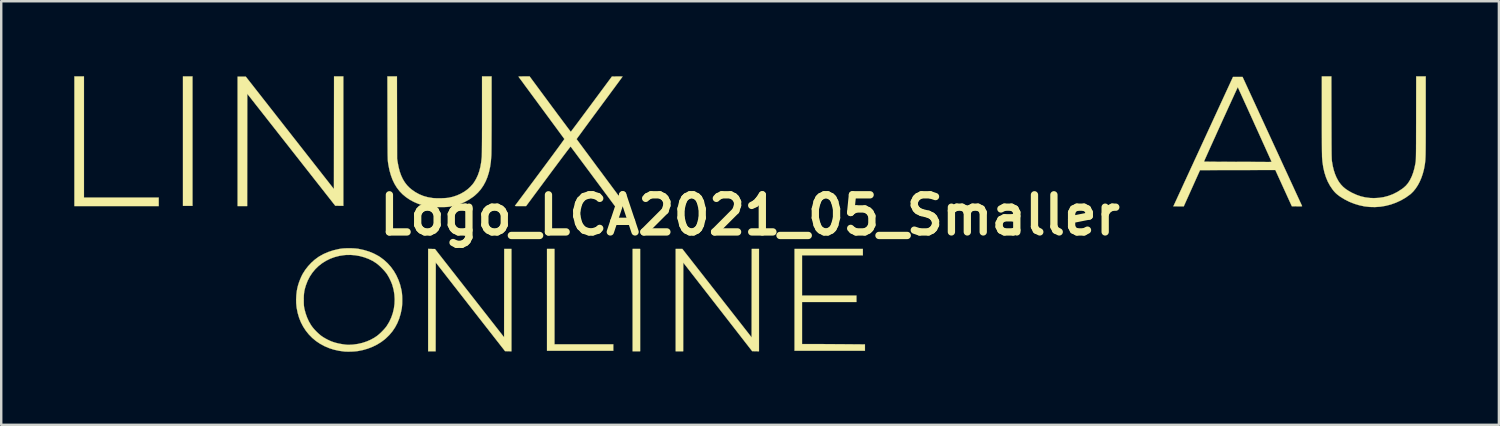
<source format=kicad_pcb>
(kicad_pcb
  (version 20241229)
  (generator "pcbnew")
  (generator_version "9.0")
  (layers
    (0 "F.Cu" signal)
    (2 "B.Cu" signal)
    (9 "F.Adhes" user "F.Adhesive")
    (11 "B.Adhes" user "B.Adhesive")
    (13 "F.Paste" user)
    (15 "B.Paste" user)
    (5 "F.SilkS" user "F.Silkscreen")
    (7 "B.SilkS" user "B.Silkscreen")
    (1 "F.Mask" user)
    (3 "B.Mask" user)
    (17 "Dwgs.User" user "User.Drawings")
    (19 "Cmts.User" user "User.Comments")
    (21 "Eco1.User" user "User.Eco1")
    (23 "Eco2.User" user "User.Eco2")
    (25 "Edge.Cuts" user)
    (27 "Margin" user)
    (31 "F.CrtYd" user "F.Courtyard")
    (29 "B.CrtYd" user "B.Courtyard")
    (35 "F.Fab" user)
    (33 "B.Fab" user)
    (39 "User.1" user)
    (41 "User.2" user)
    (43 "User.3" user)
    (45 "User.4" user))
  (footprint "Logo_LCA2021_05_Smaller"
    (layer "F.Cu")
    (at 27.745 5.784)
    (property "Reference" "Logo_LCA2021_05_Smaller" (at 0 0 0) (layer "F.SilkS") (effects (font (size 1.524 1.524) (thickness 0.3))))
    (attr through_hole)
    (fp_poly (pts (xy 17.3 -5.347) (xy 14.124 -5.347) (xy 14.124 -3.07) (xy 16.962 -3.07) (xy 16.962 -2.721) (xy 14.124 -2.721) (xy 14.124 -0.371) (xy 13.732 -0.371) (xy 13.732 -5.686) (xy 17.3 -5.686) (xy 17.3 -5.347)) (stroke (width 0.01) (type solid)) (fill yes) (layer "F.Mask"))
    (fp_poly (pts (xy 18.137 5.59) (xy 17.84 5.59) (xy 17.84 1.662) (xy 16.813 1.662) (xy 16.813 1.401) (xy 16.942 1.394) (xy 16.979 1.393) (xy 17.034 1.391) (xy 17.105 1.39) (xy 17.189 1.389) (xy 17.283 1.388) (xy 17.385 1.388) (xy 17.492 1.387) (xy 17.602 1.387) (xy 18.137 1.387) (xy 18.137 5.59)) (stroke (width 0.01) (type solid)) (fill yes) (layer "F.Mask"))
    (fp_poly (pts (xy 11.879 -0.381) (xy 11.711 -0.384) (xy 11.543 -0.386) (xy 9.745 -2.684) (xy 7.946 -4.981) (xy 7.943 -2.676) (xy 7.941 -0.371) (xy 7.549 -0.371) (xy 7.549 -5.686) (xy 7.718 -5.683) (xy 7.888 -5.68) (xy 9.678 -3.383) (xy 9.83 -3.188) (xy 9.978 -2.998) (xy 10.123 -2.812) (xy 10.263 -2.632) (xy 10.399 -2.459) (xy 10.528 -2.293) (xy 10.652 -2.134) (xy 10.769 -1.984) (xy 10.88 -1.843) (xy 10.982 -1.712) (xy 11.077 -1.591) (xy 11.163 -1.482) (xy 11.239 -1.384) (xy 11.306 -1.298) (xy 11.363 -1.226) (xy 11.409 -1.168) (xy 11.444 -1.124) (xy 11.467 -1.095) (xy 11.477 -1.082) (xy 11.478 -1.082) (xy 11.479 -1.092) (xy 11.48 -1.122) (xy 11.481 -1.173) (xy 11.482 -1.242) (xy 11.483 -1.33) (xy 11.484 -1.435) (xy 11.484 -1.557) (xy 11.485 -1.696) (xy 11.486 -1.85) (xy 11.486 -2.018) (xy 11.487 -2.201) (xy 11.487 -2.397) (xy 11.487 -2.606) (xy 11.487 -2.827) (xy 11.488 -3.059) (xy 11.488 -3.301) (xy 11.488 -3.387) (xy 11.488 -5.696) (xy 11.879 -5.696) (xy 11.879 -0.381)) (stroke (width 0.01) (type solid)) (fill yes) (layer "F.Mask"))
    (fp_poly (pts (xy 7.717 1.345) (xy 7.813 1.348) (xy 7.903 1.353) (xy 7.983 1.36) (xy 8.049 1.369) (xy 8.078 1.375) (xy 8.216 1.415) (xy 8.339 1.459) (xy 8.451 1.512) (xy 8.559 1.575) (xy 8.573 1.583) (xy 8.687 1.67) (xy 8.786 1.77) (xy 8.867 1.882) (xy 8.931 2.005) (xy 8.978 2.138) (xy 9.007 2.28) (xy 9.017 2.43) (xy 9.011 2.558) (xy 8.995 2.684) (xy 8.97 2.801) (xy 8.934 2.915) (xy 8.887 3.026) (xy 8.827 3.14) (xy 8.752 3.259) (xy 8.662 3.387) (xy 8.659 3.391) (xy 8.642 3.413) (xy 8.622 3.437) (xy 8.599 3.464) (xy 8.572 3.495) (xy 8.54 3.531) (xy 8.501 3.572) (xy 8.456 3.62) (xy 8.403 3.675) (xy 8.341 3.738) (xy 8.27 3.811) (xy 8.188 3.894) (xy 8.095 3.987) (xy 7.99 4.093) (xy 7.873 4.211) (xy 7.741 4.343) (xy 7.684 4.4) (xy 6.806 5.28) (xy 7.461 5.287) (xy 7.599 5.289) (xy 7.75 5.29) (xy 7.907 5.292) (xy 8.067 5.294) (xy 8.225 5.296) (xy 8.377 5.297) (xy 8.517 5.299) (xy 8.642 5.3) (xy 8.669 5.301) (xy 9.222 5.308) (xy 9.222 5.569) (xy 6.341 5.569) (xy 6.344 5.455) (xy 6.347 5.341) (xy 7.3 4.396) (xy 7.42 4.276) (xy 7.537 4.16) (xy 7.65 4.047) (xy 7.758 3.94) (xy 7.859 3.838) (xy 7.954 3.743) (xy 8.04 3.657) (xy 8.117 3.579) (xy 8.184 3.511) (xy 8.24 3.453) (xy 8.284 3.408) (xy 8.314 3.376) (xy 8.33 3.358) (xy 8.383 3.293) (xy 8.437 3.22) (xy 8.489 3.144) (xy 8.536 3.07) (xy 8.575 3.004) (xy 8.602 2.952) (xy 8.651 2.827) (xy 8.684 2.7) (xy 8.702 2.566) (xy 8.706 2.462) (xy 8.703 2.367) (xy 8.693 2.285) (xy 8.674 2.21) (xy 8.644 2.133) (xy 8.629 2.102) (xy 8.571 2.001) (xy 8.502 1.915) (xy 8.419 1.841) (xy 8.319 1.776) (xy 8.267 1.749) (xy 8.154 1.7) (xy 8.039 1.663) (xy 7.92 1.638) (xy 7.793 1.624) (xy 7.654 1.622) (xy 7.5 1.629) (xy 7.496 1.63) (xy 7.311 1.652) (xy 7.141 1.687) (xy 6.984 1.736) (xy 6.84 1.801) (xy 6.706 1.88) (xy 6.581 1.976) (xy 6.52 2.03) (xy 6.483 2.065) (xy 6.458 2.087) (xy 6.441 2.098) (xy 6.43 2.1) (xy 6.42 2.096) (xy 6.419 2.095) (xy 6.384 2.065) (xy 6.347 2.032) (xy 6.309 1.998) (xy 6.275 1.967) (xy 6.248 1.94) (xy 6.23 1.923) (xy 6.226 1.917) (xy 6.233 1.905) (xy 6.254 1.882) (xy 6.284 1.851) (xy 6.321 1.816) (xy 6.362 1.779) (xy 6.403 1.743) (xy 6.441 1.712) (xy 6.463 1.695) (xy 6.602 1.603) (xy 6.757 1.524) (xy 6.925 1.458) (xy 7.106 1.406) (xy 7.297 1.369) (xy 7.357 1.36) (xy 7.435 1.353) (xy 7.523 1.348) (xy 7.619 1.345) (xy 7.717 1.345)) (stroke (width 0.01) (type solid)) (fill yes) (layer "F.Mask"))
    (fp_poly (pts (xy 15.075 1.346) (xy 15.162 1.349) (xy 15.237 1.355) (xy 15.289 1.361) (xy 15.416 1.389) (xy 15.544 1.429) (xy 15.668 1.48) (xy 15.785 1.539) (xy 15.891 1.605) (xy 15.982 1.676) (xy 16.027 1.719) (xy 16.106 1.811) (xy 16.171 1.908) (xy 16.224 2.014) (xy 16.267 2.135) (xy 16.28 2.181) (xy 16.29 2.229) (xy 16.296 2.293) (xy 16.3 2.368) (xy 16.301 2.449) (xy 16.299 2.53) (xy 16.294 2.607) (xy 16.287 2.673) (xy 16.281 2.71) (xy 16.238 2.869) (xy 16.181 3.016) (xy 16.173 3.031) (xy 16.143 3.089) (xy 16.102 3.158) (xy 16.053 3.234) (xy 16 3.313) (xy 15.945 3.389) (xy 15.891 3.459) (xy 15.884 3.467) (xy 15.865 3.489) (xy 15.832 3.525) (xy 15.786 3.573) (xy 15.728 3.633) (xy 15.66 3.704) (xy 15.581 3.785) (xy 15.494 3.873) (xy 15.399 3.97) (xy 15.297 4.072) (xy 15.19 4.18) (xy 15.078 4.292) (xy 14.963 4.408) (xy 14.946 4.425) (xy 14.834 4.537) (xy 14.727 4.644) (xy 14.625 4.746) (xy 14.529 4.842) (xy 14.44 4.931) (xy 14.359 5.012) (xy 14.287 5.084) (xy 14.225 5.146) (xy 14.174 5.198) (xy 14.135 5.237) (xy 14.109 5.264) (xy 14.096 5.278) (xy 14.095 5.279) (xy 14.106 5.279) (xy 14.136 5.28) (xy 14.184 5.28) (xy 14.248 5.281) (xy 14.327 5.282) (xy 14.419 5.283) (xy 14.522 5.285) (xy 14.635 5.286) (xy 14.756 5.287) (xy 14.883 5.289) (xy 15.015 5.29) (xy 15.15 5.292) (xy 15.286 5.293) (xy 15.423 5.295) (xy 15.557 5.296) (xy 15.689 5.298) (xy 15.814 5.299) (xy 15.934 5.3) (xy 16.045 5.301) (xy 16.145 5.302) (xy 16.235 5.303) (xy 16.31 5.304) (xy 16.371 5.304) (xy 16.416 5.305) (xy 16.44 5.305) (xy 16.506 5.304) (xy 16.506 5.569) (xy 13.626 5.569) (xy 13.626 5.349) (xy 14.575 4.408) (xy 14.695 4.289) (xy 14.812 4.172) (xy 14.925 4.06) (xy 15.033 3.952) (xy 15.134 3.85) (xy 15.229 3.755) (xy 15.316 3.668) (xy 15.393 3.589) (xy 15.461 3.521) (xy 15.517 3.463) (xy 15.561 3.417) (xy 15.592 3.385) (xy 15.608 3.367) (xy 15.661 3.301) (xy 15.716 3.228) (xy 15.768 3.153) (xy 15.817 3.078) (xy 15.858 3.01) (xy 15.89 2.95) (xy 15.903 2.922) (xy 15.948 2.793) (xy 15.978 2.661) (xy 15.992 2.53) (xy 15.992 2.402) (xy 15.976 2.281) (xy 15.946 2.17) (xy 15.917 2.103) (xy 15.852 1.994) (xy 15.774 1.902) (xy 15.683 1.825) (xy 15.632 1.791) (xy 15.514 1.729) (xy 15.392 1.682) (xy 15.264 1.649) (xy 15.127 1.629) (xy 14.978 1.623) (xy 14.826 1.628) (xy 14.639 1.647) (xy 14.467 1.678) (xy 14.31 1.722) (xy 14.165 1.781) (xy 14.031 1.854) (xy 13.906 1.943) (xy 13.797 2.04) (xy 13.766 2.069) (xy 13.74 2.091) (xy 13.724 2.103) (xy 13.72 2.104) (xy 13.709 2.096) (xy 13.686 2.077) (xy 13.655 2.051) (xy 13.62 2.02) (xy 13.585 1.989) (xy 13.553 1.959) (xy 13.527 1.935) (xy 13.512 1.92) (xy 13.51 1.917) (xy 13.517 1.905) (xy 13.538 1.883) (xy 13.568 1.854) (xy 13.604 1.819) (xy 13.643 1.783) (xy 13.683 1.748) (xy 13.719 1.718) (xy 13.742 1.7) (xy 13.878 1.608) (xy 14.031 1.529) (xy 14.197 1.462) (xy 14.376 1.409) (xy 14.565 1.371) (xy 14.635 1.361) (xy 14.708 1.354) (xy 14.793 1.348) (xy 14.886 1.345) (xy 14.981 1.345) (xy 15.075 1.346)) (stroke (width 0.01) (type solid)) (fill yes) (layer "F.Mask"))
    (fp_poly (pts (xy -1.795 -5.731) (xy -1.703 -5.729) (xy -1.623 -5.725) (xy -1.562 -5.719) (xy -1.36 -5.687) (xy -1.163 -5.642) (xy -0.972 -5.586) (xy -0.791 -5.519) (xy -0.623 -5.443) (xy -0.472 -5.359) (xy -0.439 -5.339) (xy -0.376 -5.296) (xy -0.308 -5.245) (xy -0.238 -5.19) (xy -0.172 -5.136) (xy -0.115 -5.085) (xy -0.08 -5.052) (xy -0.028 -4.998) (xy -0.08 -4.942) (xy -0.112 -4.908) (xy -0.151 -4.866) (xy -0.191 -4.823) (xy -0.204 -4.808) (xy -0.276 -4.731) (xy -0.353 -4.8) (xy -0.524 -4.94) (xy -0.704 -5.06) (xy -0.893 -5.162) (xy -1.092 -5.245) (xy -1.301 -5.309) (xy -1.504 -5.353) (xy -1.564 -5.36) (xy -1.64 -5.367) (xy -1.727 -5.372) (xy -1.821 -5.375) (xy -1.915 -5.377) (xy -2.005 -5.376) (xy -2.086 -5.374) (xy -2.15 -5.369) (xy -2.382 -5.337) (xy -2.605 -5.285) (xy -2.82 -5.214) (xy -3.025 -5.124) (xy -3.221 -5.015) (xy -3.407 -4.888) (xy -3.457 -4.849) (xy -3.606 -4.717) (xy -3.745 -4.568) (xy -3.871 -4.404) (xy -3.984 -4.229) (xy -4.081 -4.044) (xy -4.161 -3.851) (xy -4.224 -3.654) (xy -4.225 -3.648) (xy -4.271 -3.432) (xy -4.297 -3.213) (xy -4.304 -2.992) (xy -4.291 -2.772) (xy -4.259 -2.556) (xy -4.213 -2.368) (xy -4.143 -2.159) (xy -4.054 -1.961) (xy -3.949 -1.774) (xy -3.828 -1.599) (xy -3.691 -1.437) (xy -3.541 -1.289) (xy -3.377 -1.156) (xy -3.2 -1.037) (xy -3.012 -0.935) (xy -2.813 -0.849) (xy -2.605 -0.78) (xy -2.387 -0.73) (xy -2.218 -0.704) (xy -2.138 -0.697) (xy -2.046 -0.692) (xy -1.945 -0.689) (xy -1.843 -0.689) (xy -1.746 -0.69) (xy -1.659 -0.695) (xy -1.601 -0.7) (xy -1.395 -0.733) (xy -1.191 -0.786) (xy -0.992 -0.858) (xy -0.8 -0.947) (xy -0.618 -1.054) (xy -0.448 -1.176) (xy -0.372 -1.239) (xy -0.273 -1.326) (xy -0.236 -1.29) (xy -0.214 -1.268) (xy -0.182 -1.235) (xy -0.145 -1.195) (xy -0.113 -1.161) (xy -0.027 -1.066) (xy -0.101 -0.998) (xy -0.265 -0.858) (xy -0.442 -0.735) (xy -0.631 -0.628) (xy -0.834 -0.538) (xy -1.049 -0.463) (xy -1.279 -0.403) (xy -1.457 -0.37) (xy -1.505 -0.362) (xy -1.554 -0.357) (xy -1.606 -0.352) (xy -1.666 -0.349) (xy -1.736 -0.347) (xy -1.822 -0.345) (xy -1.89 -0.344) (xy -1.969 -0.343) (xy -2.043 -0.343) (xy -2.108 -0.343) (xy -2.162 -0.344) (xy -2.201 -0.344) (xy -2.223 -0.345) (xy -2.223 -0.345) (xy -2.375 -0.365) (xy -2.51 -0.386) (xy -2.633 -0.411) (xy -2.749 -0.44) (xy -2.863 -0.475) (xy -2.979 -0.516) (xy -3.033 -0.537) (xy -3.141 -0.581) (xy -3.235 -0.623) (xy -3.32 -0.667) (xy -3.405 -0.714) (xy -3.445 -0.739) (xy -3.64 -0.871) (xy -3.82 -1.017) (xy -3.984 -1.177) (xy -4.132 -1.351) (xy -4.265 -1.538) (xy -4.38 -1.738) (xy -4.479 -1.95) (xy -4.56 -2.173) (xy -4.625 -2.408) (xy -4.666 -2.62) (xy -4.673 -2.683) (xy -4.679 -2.761) (xy -4.683 -2.853) (xy -4.685 -2.952) (xy -4.686 -3.055) (xy -4.685 -3.157) (xy -4.682 -3.254) (xy -4.677 -3.342) (xy -4.671 -3.416) (xy -4.666 -3.452) (xy -4.619 -3.692) (xy -4.553 -3.923) (xy -4.468 -4.145) (xy -4.366 -4.355) (xy -4.246 -4.555) (xy -4.108 -4.743) (xy -3.953 -4.919) (xy -3.918 -4.955) (xy -3.745 -5.113) (xy -3.561 -5.253) (xy -3.365 -5.376) (xy -3.156 -5.481) (xy -2.935 -5.569) (xy -2.703 -5.64) (xy -2.458 -5.693) (xy -2.329 -5.714) (xy -2.265 -5.72) (xy -2.185 -5.726) (xy -2.093 -5.73) (xy -1.994 -5.732) (xy -1.893 -5.732) (xy -1.795 -5.731)) (stroke (width 0.01) (type solid)) (fill yes) (layer "F.Mask"))
    (fp_poly (pts (xy 3.669 -5.778) (xy 3.838 -5.768) (xy 3.994 -5.75) (xy 4.143 -5.723) (xy 4.291 -5.684) (xy 4.406 -5.648) (xy 4.613 -5.568) (xy 4.807 -5.476) (xy 4.991 -5.369) (xy 5.167 -5.245) (xy 5.337 -5.103) (xy 5.473 -4.975) (xy 5.64 -4.794) (xy 5.788 -4.606) (xy 5.916 -4.409) (xy 6.025 -4.204) (xy 6.115 -3.99) (xy 6.187 -3.767) (xy 6.24 -3.533) (xy 6.254 -3.452) (xy 6.262 -3.379) (xy 6.269 -3.29) (xy 6.272 -3.191) (xy 6.274 -3.086) (xy 6.273 -2.981) (xy 6.269 -2.88) (xy 6.263 -2.79) (xy 6.255 -2.716) (xy 6.254 -2.71) (xy 6.207 -2.476) (xy 6.14 -2.245) (xy 6.053 -2.02) (xy 5.948 -1.802) (xy 5.825 -1.593) (xy 5.684 -1.394) (xy 5.645 -1.345) (xy 5.596 -1.287) (xy 5.535 -1.22) (xy 5.467 -1.149) (xy 5.395 -1.076) (xy 5.324 -1.007) (xy 5.258 -0.946) (xy 5.2 -0.895) (xy 5.188 -0.886) (xy 4.996 -0.744) (xy 4.793 -0.618) (xy 4.582 -0.51) (xy 4.365 -0.419) (xy 4.143 -0.347) (xy 3.918 -0.295) (xy 3.75 -0.27) (xy 3.666 -0.262) (xy 3.568 -0.258) (xy 3.463 -0.256) (xy 3.356 -0.257) (xy 3.255 -0.26) (xy 3.164 -0.266) (xy 3.119 -0.271) (xy 2.89 -0.311) (xy 2.667 -0.371) (xy 2.451 -0.449) (xy 2.243 -0.545) (xy 2.044 -0.658) (xy 1.855 -0.788) (xy 1.678 -0.932) (xy 1.513 -1.09) (xy 1.361 -1.262) (xy 1.225 -1.446) (xy 1.104 -1.642) (xy 1 -1.847) (xy 0.914 -2.063) (xy 0.901 -2.104) (xy 0.852 -2.263) (xy 0.815 -2.413) (xy 0.789 -2.559) (xy 0.772 -2.706) (xy 0.765 -2.862) (xy 0.765 -3.023) (xy 0.775 -3.215) (xy 0.795 -3.393) (xy 0.828 -3.565) (xy 0.874 -3.734) (xy 0.934 -3.907) (xy 0.984 -4.028) (xy 1.008 -4.081) (xy 1.038 -4.143) (xy 1.071 -4.208) (xy 1.106 -4.272) (xy 1.139 -4.332) (xy 1.168 -4.382) (xy 1.192 -4.419) (xy 1.199 -4.428) (xy 1.217 -4.452) (xy 1.485 -4.184) (xy 1.448 -4.122) (xy 1.345 -3.933) (xy 1.262 -3.737) (xy 1.2 -3.536) (xy 1.159 -3.33) (xy 1.138 -3.119) (xy 1.136 -2.928) (xy 1.151 -2.727) (xy 1.182 -2.536) (xy 1.23 -2.349) (xy 1.297 -2.163) (xy 1.371 -1.996) (xy 1.446 -1.851) (xy 1.526 -1.719) (xy 1.616 -1.593) (xy 1.718 -1.471) (xy 1.835 -1.347) (xy 1.883 -1.3) (xy 2.054 -1.148) (xy 2.234 -1.015) (xy 2.423 -0.901) (xy 2.621 -0.807) (xy 2.829 -0.731) (xy 3.047 -0.673) (xy 3.141 -0.655) (xy 3.242 -0.641) (xy 3.358 -0.633) (xy 3.482 -0.629) (xy 3.607 -0.631) (xy 3.726 -0.638) (xy 3.834 -0.649) (xy 3.869 -0.655) (xy 4.079 -0.703) (xy 4.286 -0.772) (xy 4.49 -0.861) (xy 4.689 -0.971) (xy 4.884 -1.102) (xy 4.902 -1.115) (xy 4.957 -1.159) (xy 5.021 -1.215) (xy 5.091 -1.28) (xy 5.163 -1.351) (xy 5.235 -1.424) (xy 5.302 -1.496) (xy 5.36 -1.562) (xy 5.406 -1.619) (xy 5.411 -1.625) (xy 5.538 -1.812) (xy 5.647 -2.005) (xy 5.738 -2.202) (xy 5.808 -2.403) (xy 5.859 -2.606) (xy 5.88 -2.741) (xy 5.897 -2.951) (xy 5.894 -3.162) (xy 5.87 -3.369) (xy 5.828 -3.574) (xy 5.766 -3.774) (xy 5.688 -3.969) (xy 5.592 -4.156) (xy 5.48 -4.335) (xy 5.352 -4.505) (xy 5.209 -4.664) (xy 5.052 -4.811) (xy 4.881 -4.945) (xy 4.697 -5.065) (xy 4.526 -5.157) (xy 4.324 -5.245) (xy 4.118 -5.313) (xy 3.91 -5.36) (xy 3.702 -5.388) (xy 3.493 -5.395) (xy 3.286 -5.383) (xy 3.081 -5.35) (xy 2.88 -5.297) (xy 2.683 -5.224) (xy 2.492 -5.132) (xy 2.41 -5.085) (xy 2.348 -5.048) (xy 2.217 -5.178) (xy 2.174 -5.221) (xy 2.138 -5.259) (xy 2.109 -5.29) (xy 2.091 -5.31) (xy 2.086 -5.317) (xy 2.095 -5.326) (xy 2.119 -5.343) (xy 2.155 -5.366) (xy 2.201 -5.393) (xy 2.252 -5.423) (xy 2.306 -5.452) (xy 2.358 -5.48) (xy 2.407 -5.505) (xy 2.409 -5.506) (xy 2.627 -5.601) (xy 2.845 -5.676) (xy 3.065 -5.73) (xy 3.29 -5.764) (xy 3.52 -5.779) (xy 3.669 -5.778)) (stroke (width 0.01) (type solid)) (fill yes) (layer "F.Mask"))
    (fp_poly (pts (xy 11.538 1.352) (xy 11.62 1.358) (xy 11.688 1.366) (xy 11.703 1.369) (xy 11.849 1.406) (xy 11.992 1.457) (xy 12.128 1.519) (xy 12.252 1.591) (xy 12.314 1.634) (xy 12.422 1.726) (xy 12.528 1.833) (xy 12.627 1.952) (xy 12.716 2.077) (xy 12.767 2.162) (xy 12.816 2.262) (xy 12.865 2.379) (xy 12.91 2.508) (xy 12.952 2.646) (xy 12.988 2.788) (xy 13.017 2.93) (xy 13.03 3.002) (xy 13.036 3.059) (xy 13.042 3.134) (xy 13.046 3.222) (xy 13.049 3.318) (xy 13.05 3.42) (xy 13.051 3.524) (xy 13.049 3.626) (xy 13.047 3.721) (xy 13.043 3.807) (xy 13.038 3.88) (xy 13.031 3.935) (xy 13.031 3.936) (xy 12.986 4.163) (xy 12.931 4.372) (xy 12.864 4.564) (xy 12.785 4.739) (xy 12.695 4.897) (xy 12.634 4.987) (xy 12.588 5.044) (xy 12.531 5.107) (xy 12.468 5.172) (xy 12.402 5.234) (xy 12.339 5.288) (xy 12.284 5.331) (xy 12.281 5.333) (xy 12.147 5.414) (xy 12 5.483) (xy 11.845 5.538) (xy 11.723 5.569) (xy 11.673 5.578) (xy 11.609 5.585) (xy 11.537 5.591) (xy 11.461 5.595) (xy 11.388 5.598) (xy 11.323 5.598) (xy 11.271 5.596) (xy 11.255 5.594) (xy 11.093 5.566) (xy 10.937 5.524) (xy 10.791 5.47) (xy 10.659 5.404) (xy 10.635 5.39) (xy 10.6 5.369) (xy 10.573 5.354) (xy 10.557 5.347) (xy 10.556 5.347) (xy 10.541 5.34) (xy 10.515 5.321) (xy 10.481 5.294) (xy 10.441 5.26) (xy 10.399 5.223) (xy 10.36 5.186) (xy 10.325 5.152) (xy 10.319 5.146) (xy 10.208 5.015) (xy 10.11 4.872) (xy 10.024 4.714) (xy 9.95 4.541) (xy 9.887 4.352) (xy 9.847 4.203) (xy 9.828 4.121) (xy 9.813 4.047) (xy 9.801 3.977) (xy 9.792 3.907) (xy 9.786 3.832) (xy 9.781 3.749) (xy 9.778 3.652) (xy 9.775 3.552) (xy 9.775 3.489) (xy 10.085 3.489) (xy 10.085 3.585) (xy 10.086 3.664) (xy 10.087 3.728) (xy 10.088 3.78) (xy 10.091 3.824) (xy 10.094 3.863) (xy 10.099 3.9) (xy 10.105 3.938) (xy 10.11 3.965) (xy 10.151 4.163) (xy 10.2 4.342) (xy 10.258 4.502) (xy 10.324 4.645) (xy 10.394 4.763) (xy 10.436 4.821) (xy 10.489 4.885) (xy 10.548 4.95) (xy 10.609 5.012) (xy 10.667 5.066) (xy 10.719 5.108) (xy 10.721 5.11) (xy 10.828 5.176) (xy 10.948 5.233) (xy 11.075 5.279) (xy 11.198 5.309) (xy 11.274 5.319) (xy 11.363 5.323) (xy 11.459 5.322) (xy 11.554 5.316) (xy 11.643 5.304) (xy 11.714 5.29) (xy 11.789 5.267) (xy 11.87 5.235) (xy 11.953 5.197) (xy 12.03 5.156) (xy 12.096 5.116) (xy 12.118 5.1) (xy 12.167 5.059) (xy 12.224 5.006) (xy 12.283 4.946) (xy 12.34 4.884) (xy 12.388 4.826) (xy 12.413 4.794) (xy 12.477 4.691) (xy 12.538 4.569) (xy 12.593 4.434) (xy 12.641 4.288) (xy 12.682 4.134) (xy 12.714 3.976) (xy 12.736 3.817) (xy 12.737 3.807) (xy 12.743 3.736) (xy 12.746 3.65) (xy 12.747 3.554) (xy 12.746 3.452) (xy 12.744 3.349) (xy 12.74 3.248) (xy 12.734 3.155) (xy 12.727 3.073) (xy 12.718 3.008) (xy 12.717 3.002) (xy 12.678 2.809) (xy 12.631 2.635) (xy 12.575 2.477) (xy 12.51 2.335) (xy 12.434 2.205) (xy 12.348 2.087) (xy 12.255 1.985) (xy 12.135 1.879) (xy 12.006 1.792) (xy 11.867 1.725) (xy 11.721 1.676) (xy 11.567 1.648) (xy 11.414 1.639) (xy 11.252 1.649) (xy 11.099 1.678) (xy 10.953 1.728) (xy 10.815 1.796) (xy 10.686 1.884) (xy 10.572 1.985) (xy 10.474 2.094) (xy 10.387 2.215) (xy 10.312 2.347) (xy 10.246 2.493) (xy 10.19 2.654) (xy 10.144 2.831) (xy 10.105 3.027) (xy 10.104 3.033) (xy 10.098 3.071) (xy 10.094 3.111) (xy 10.091 3.154) (xy 10.088 3.205) (xy 10.086 3.267) (xy 10.085 3.342) (xy 10.085 3.433) (xy 10.085 3.489) (xy 9.775 3.489) (xy 9.775 3.384) (xy 9.779 3.232) (xy 9.789 3.093) (xy 9.806 2.962) (xy 9.829 2.834) (xy 9.86 2.706) (xy 9.899 2.574) (xy 9.916 2.523) (xy 9.972 2.369) (xy 10.031 2.232) (xy 10.096 2.109) (xy 10.168 1.996) (xy 10.251 1.89) (xy 10.345 1.788) (xy 10.354 1.778) (xy 10.482 1.663) (xy 10.615 1.567) (xy 10.757 1.488) (xy 10.91 1.426) (xy 11.075 1.38) (xy 11.124 1.369) (xy 11.188 1.36) (xy 11.267 1.353) (xy 11.355 1.35) (xy 11.448 1.35) (xy 11.538 1.352)) (stroke (width 0.01) (type solid)) (fill yes) (layer "F.Mask"))
    (fp_poly (pts (xy -22.891 -0.381) (xy -23.282 -0.381) (xy -23.282 -5.696) (xy -22.891 -5.696) (xy -22.891 -0.381)) (stroke (width 0.01) (type solid)) (fill yes) (layer "F.SilkS"))
    (fp_poly (pts (xy -4.51 5.59) (xy -4.817 5.59) (xy -4.817 1.387) (xy -4.51 1.387) (xy -4.51 5.59)) (stroke (width 0.01) (type solid)) (fill yes) (layer "F.SilkS"))
    (fp_poly (pts (xy -27.348 -0.72) (xy -24.278 -0.72) (xy -24.278 -0.371) (xy -27.74 -0.371) (xy -27.74 -5.696) (xy -27.348 -5.696) (xy -27.348 -0.72)) (stroke (width 0.01) (type solid)) (fill yes) (layer "F.SilkS"))
    (fp_poly (pts (xy -8.026 5.304) (xy -5.612 5.304) (xy -5.612 5.569) (xy -8.333 5.569) (xy -8.333 1.387) (xy -8.026 1.387) (xy -8.026 5.304)) (stroke (width 0.01) (type solid)) (fill yes) (layer "F.SilkS"))
    (fp_poly (pts (xy -16.697 -0.381) (xy -16.863 -0.384) (xy -17.028 -0.386) (xy -20.641 -4.983) (xy -20.643 -2.677) (xy -20.646 -0.371) (xy -21.038 -0.371) (xy -21.038 -5.686) (xy -20.702 -5.686) (xy -18.893 -3.378) (xy -17.083 -1.07) (xy -17.081 -3.383) (xy -17.078 -5.696) (xy -16.697 -5.696) (xy -16.697 -0.381)) (stroke (width 0.01) (type solid)) (fill yes) (layer "F.SilkS"))
    (fp_poly (pts (xy -12.933 1.392) (xy -11.514 3.204) (xy -10.095 5.016) (xy -10.093 3.201) (xy -10.09 1.387) (xy -9.794 1.387) (xy -9.794 5.591) (xy -9.925 5.588) (xy -10.056 5.585) (xy -11.479 3.765) (xy -12.901 1.944) (xy -12.904 3.767) (xy -12.907 5.59) (xy -13.214 5.59) (xy -13.214 1.386) (xy -12.933 1.392)) (stroke (width 0.01) (type solid)) (fill yes) (layer "F.SilkS"))
    (fp_poly (pts (xy -1.354 3.204) (xy 0.069 5.021) (xy 0.071 3.204) (xy 0.074 1.387) (xy 0.371 1.387) (xy 0.371 5.591) (xy 0.231 5.588) (xy 0.091 5.585) (xy -1.323 3.767) (xy -2.737 1.95) (xy -2.74 3.77) (xy -2.742 5.59) (xy -3.049 5.59) (xy -3.049 1.387) (xy -2.777 1.387) (xy -1.354 3.204)) (stroke (width 0.01) (type solid)) (fill yes) (layer "F.SilkS"))
    (fp_poly (pts (xy 4.637 1.652) (xy 2.139 1.652) (xy 2.139 3.303) (xy 4.373 3.303) (xy 4.373 3.568) (xy 2.139 3.568) (xy 2.139 5.294) (xy 2.555 5.294) (xy 2.634 5.294) (xy 2.731 5.294) (xy 2.845 5.295) (xy 2.971 5.295) (xy 3.107 5.296) (xy 3.251 5.297) (xy 3.4 5.298) (xy 3.551 5.299) (xy 3.701 5.3) (xy 3.847 5.301) (xy 4.722 5.308) (xy 4.722 5.569) (xy 1.832 5.569) (xy 1.832 1.387) (xy 4.637 1.387) (xy 4.637 1.652)) (stroke (width 0.01) (type solid)) (fill yes) (layer "F.SilkS"))
    (fp_poly (pts (xy -14.492 -4.005) (xy -14.489 -2.313) (xy -14.465 -2.165) (xy -14.427 -1.968) (xy -14.38 -1.789) (xy -14.322 -1.627) (xy -14.254 -1.481) (xy -14.174 -1.349) (xy -14.083 -1.23) (xy -13.978 -1.123) (xy -13.896 -1.054) (xy -13.74 -0.945) (xy -13.576 -0.855) (xy -13.404 -0.785) (xy -13.223 -0.735) (xy -13.033 -0.703) (xy -12.996 -0.7) (xy -12.924 -0.695) (xy -12.839 -0.693) (xy -12.747 -0.692) (xy -12.653 -0.694) (xy -12.561 -0.698) (xy -12.477 -0.703) (xy -12.406 -0.71) (xy -12.372 -0.715) (xy -12.2 -0.753) (xy -12.035 -0.808) (xy -11.878 -0.878) (xy -11.731 -0.962) (xy -11.596 -1.059) (xy -11.476 -1.168) (xy -11.372 -1.287) (xy -11.325 -1.352) (xy -11.242 -1.492) (xy -11.172 -1.642) (xy -11.115 -1.804) (xy -11.069 -1.98) (xy -11.036 -2.171) (xy -11.013 -2.379) (xy -11.012 -2.398) (xy -11.01 -2.43) (xy -11.009 -2.483) (xy -11.007 -2.556) (xy -11.006 -2.648) (xy -11.005 -2.758) (xy -11.004 -2.885) (xy -11.003 -3.03) (xy -11.002 -3.19) (xy -11.002 -3.367) (xy -11.001 -3.558) (xy -11.001 -3.763) (xy -11.001 -3.982) (xy -11.001 -4.121) (xy -11.001 -5.696) (xy -10.609 -5.696) (xy -10.609 -4.169) (xy -10.609 -3.985) (xy -10.609 -3.805) (xy -10.61 -3.63) (xy -10.61 -3.461) (xy -10.611 -3.3) (xy -10.612 -3.148) (xy -10.612 -3.007) (xy -10.613 -2.878) (xy -10.614 -2.762) (xy -10.615 -2.66) (xy -10.616 -2.575) (xy -10.617 -2.507) (xy -10.619 -2.459) (xy -10.62 -2.437) (xy -10.639 -2.195) (xy -10.672 -1.968) (xy -10.719 -1.758) (xy -10.78 -1.562) (xy -10.855 -1.382) (xy -10.945 -1.216) (xy -11.048 -1.065) (xy -11.167 -0.928) (xy -11.3 -0.804) (xy -11.366 -0.752) (xy -11.542 -0.633) (xy -11.727 -0.533) (xy -11.92 -0.452) (xy -12.122 -0.391) (xy -12.33 -0.349) (xy -12.404 -0.339) (xy -12.447 -0.336) (xy -12.507 -0.333) (xy -12.58 -0.331) (xy -12.663 -0.33) (xy -12.75 -0.33) (xy -12.837 -0.33) (xy -12.922 -0.332) (xy -12.998 -0.333) (xy -13.064 -0.336) (xy -13.113 -0.34) (xy -13.124 -0.341) (xy -13.292 -0.368) (xy -13.466 -0.413) (xy -13.639 -0.473) (xy -13.806 -0.546) (xy -13.962 -0.63) (xy -13.973 -0.637) (xy -14.126 -0.741) (xy -14.265 -0.857) (xy -14.389 -0.986) (xy -14.498 -1.127) (xy -14.594 -1.283) (xy -14.676 -1.453) (xy -14.744 -1.638) (xy -14.801 -1.839) (xy -14.844 -2.056) (xy -14.862 -2.171) (xy -14.864 -2.19) (xy -14.866 -2.211) (xy -14.868 -2.236) (xy -14.87 -2.264) (xy -14.872 -2.298) (xy -14.873 -2.338) (xy -14.874 -2.386) (xy -14.876 -2.442) (xy -14.877 -2.507) (xy -14.878 -2.583) (xy -14.878 -2.67) (xy -14.879 -2.77) (xy -14.88 -2.884) (xy -14.88 -3.011) (xy -14.881 -3.155) (xy -14.882 -3.315) (xy -14.882 -3.493) (xy -14.883 -3.689) (xy -14.883 -3.905) (xy -14.883 -4) (xy -14.887 -5.696) (xy -14.495 -5.696) (xy -14.492 -4.005)) (stroke (width 0.01) (type solid)) (fill yes) (layer "F.SilkS"))
    (fp_poly (pts (xy 23.878 -4.01) (xy 23.879 -3.787) (xy 23.879 -3.584) (xy 23.88 -3.4) (xy 23.88 -3.235) (xy 23.881 -3.086) (xy 23.881 -2.953) (xy 23.882 -2.835) (xy 23.883 -2.732) (xy 23.883 -2.641) (xy 23.884 -2.562) (xy 23.885 -2.494) (xy 23.886 -2.435) (xy 23.888 -2.386) (xy 23.889 -2.344) (xy 23.89 -2.309) (xy 23.892 -2.279) (xy 23.894 -2.254) (xy 23.896 -2.233) (xy 23.898 -2.214) (xy 23.9 -2.202) (xy 23.933 -2.015) (xy 23.974 -1.846) (xy 24.024 -1.692) (xy 24.083 -1.551) (xy 24.152 -1.422) (xy 24.195 -1.353) (xy 24.269 -1.256) (xy 24.354 -1.166) (xy 24.452 -1.083) (xy 24.567 -1.005) (xy 24.699 -0.93) (xy 24.735 -0.912) (xy 24.913 -0.831) (xy 25.091 -0.77) (xy 25.27 -0.729) (xy 25.456 -0.705) (xy 25.622 -0.699) (xy 25.827 -0.709) (xy 26.025 -0.739) (xy 26.216 -0.79) (xy 26.403 -0.86) (xy 26.583 -0.951) (xy 26.758 -1.063) (xy 26.84 -1.123) (xy 26.938 -1.212) (xy 27.027 -1.319) (xy 27.106 -1.445) (xy 27.176 -1.588) (xy 27.236 -1.748) (xy 27.286 -1.925) (xy 27.326 -2.118) (xy 27.33 -2.142) (xy 27.333 -2.161) (xy 27.336 -2.179) (xy 27.338 -2.197) (xy 27.34 -2.217) (xy 27.342 -2.24) (xy 27.344 -2.267) (xy 27.346 -2.298) (xy 27.347 -2.335) (xy 27.348 -2.378) (xy 27.349 -2.43) (xy 27.35 -2.491) (xy 27.351 -2.561) (xy 27.352 -2.643) (xy 27.353 -2.736) (xy 27.353 -2.843) (xy 27.354 -2.964) (xy 27.354 -3.099) (xy 27.354 -3.251) (xy 27.355 -3.421) (xy 27.355 -3.608) (xy 27.356 -3.815) (xy 27.356 -3.989) (xy 27.359 -5.696) (xy 27.75 -5.696) (xy 27.75 -4.068) (xy 27.75 -3.842) (xy 27.75 -3.637) (xy 27.75 -3.45) (xy 27.75 -3.281) (xy 27.749 -3.129) (xy 27.749 -2.992) (xy 27.748 -2.87) (xy 27.747 -2.761) (xy 27.746 -2.665) (xy 27.745 -2.58) (xy 27.744 -2.504) (xy 27.742 -2.438) (xy 27.74 -2.38) (xy 27.737 -2.328) (xy 27.735 -2.282) (xy 27.732 -2.241) (xy 27.728 -2.203) (xy 27.724 -2.167) (xy 27.72 -2.132) (xy 27.716 -2.098) (xy 27.712 -2.075) (xy 27.678 -1.888) (xy 27.631 -1.708) (xy 27.573 -1.536) (xy 27.504 -1.375) (xy 27.425 -1.226) (xy 27.336 -1.091) (xy 27.24 -0.973) (xy 27.137 -0.872) (xy 27.102 -0.844) (xy 26.921 -0.715) (xy 26.728 -0.604) (xy 26.527 -0.512) (xy 26.318 -0.437) (xy 26.103 -0.382) (xy 25.885 -0.346) (xy 25.664 -0.331) (xy 25.448 -0.336) (xy 25.235 -0.36) (xy 25.023 -0.405) (xy 24.815 -0.468) (xy 24.613 -0.548) (xy 24.42 -0.646) (xy 24.238 -0.758) (xy 24.167 -0.81) (xy 24.1 -0.863) (xy 24.043 -0.915) (xy 23.99 -0.973) (xy 23.933 -1.042) (xy 23.929 -1.048) (xy 23.822 -1.204) (xy 23.73 -1.372) (xy 23.654 -1.554) (xy 23.591 -1.75) (xy 23.543 -1.961) (xy 23.51 -2.187) (xy 23.495 -2.356) (xy 23.493 -2.388) (xy 23.492 -2.441) (xy 23.491 -2.514) (xy 23.489 -2.604) (xy 23.488 -2.713) (xy 23.487 -2.838) (xy 23.486 -2.979) (xy 23.486 -3.135) (xy 23.485 -3.305) (xy 23.484 -3.488) (xy 23.484 -3.683) (xy 23.484 -3.89) (xy 23.484 -4.105) (xy 23.484 -5.696) (xy 23.875 -5.696) (xy 23.878 -4.01)) (stroke (width 0.01) (type solid)) (fill yes) (layer "F.SilkS"))
    (fp_poly (pts (xy 21.445 -3.036) (xy 21.548 -2.812) (xy 21.65 -2.593) (xy 21.748 -2.379) (xy 21.843 -2.172) (xy 21.935 -1.972) (xy 22.024 -1.78) (xy 22.108 -1.598) (xy 22.188 -1.424) (xy 22.263 -1.262) (xy 22.333 -1.11) (xy 22.397 -0.97) (xy 22.456 -0.843) (xy 22.508 -0.73) (xy 22.554 -0.631) (xy 22.592 -0.547) (xy 22.624 -0.48) (xy 22.647 -0.428) (xy 22.663 -0.395) (xy 22.67 -0.379) (xy 22.671 -0.378) (xy 22.673 -0.372) (xy 22.67 -0.367) (xy 22.66 -0.364) (xy 22.639 -0.362) (xy 22.606 -0.361) (xy 22.558 -0.361) (xy 22.493 -0.362) (xy 22.466 -0.362) (xy 22.252 -0.365) (xy 21.574 -1.853) (xy 18.482 -1.848) (xy 17.814 -0.361) (xy 17.386 -0.36) (xy 17.409 -0.41) (xy 17.416 -0.424) (xy 17.431 -0.457) (xy 17.454 -0.506) (xy 17.484 -0.573) (xy 17.523 -0.656) (xy 17.568 -0.754) (xy 17.62 -0.866) (xy 17.678 -0.992) (xy 17.742 -1.131) (xy 17.811 -1.282) (xy 17.886 -1.444) (xy 17.965 -1.616) (xy 18.049 -1.798) (xy 18.137 -1.989) (xy 18.229 -2.188) (xy 18.234 -2.2) (xy 18.645 -2.2) (xy 18.655 -2.199) (xy 18.685 -2.197) (xy 18.734 -2.196) (xy 18.799 -2.195) (xy 18.88 -2.194) (xy 18.975 -2.193) (xy 19.083 -2.192) (xy 19.202 -2.191) (xy 19.331 -2.191) (xy 19.468 -2.19) (xy 19.612 -2.189) (xy 19.706 -2.189) (xy 19.863 -2.189) (xy 20.02 -2.188) (xy 20.174 -2.188) (xy 20.324 -2.187) (xy 20.468 -2.187) (xy 20.603 -2.186) (xy 20.728 -2.186) (xy 20.841 -2.185) (xy 20.939 -2.185) (xy 21.02 -2.184) (xy 21.083 -2.184) (xy 21.095 -2.184) (xy 21.186 -2.183) (xy 21.259 -2.183) (xy 21.315 -2.183) (xy 21.356 -2.184) (xy 21.385 -2.185) (xy 21.403 -2.187) (xy 21.413 -2.19) (xy 21.417 -2.194) (xy 21.416 -2.199) (xy 21.416 -2.2) (xy 21.411 -2.211) (xy 21.398 -2.241) (xy 21.378 -2.287) (xy 21.35 -2.349) (xy 21.316 -2.425) (xy 21.276 -2.514) (xy 21.23 -2.615) (xy 21.18 -2.726) (xy 21.126 -2.846) (xy 21.068 -2.974) (xy 21.007 -3.109) (xy 20.944 -3.249) (xy 20.879 -3.393) (xy 20.812 -3.54) (xy 20.745 -3.688) (xy 20.678 -3.837) (xy 20.611 -3.985) (xy 20.545 -4.131) (xy 20.48 -4.273) (xy 20.418 -4.41) (xy 20.358 -4.542) (xy 20.301 -4.666) (xy 20.249 -4.782) (xy 20.2 -4.888) (xy 20.157 -4.984) (xy 20.119 -5.066) (xy 20.088 -5.136) (xy 20.063 -5.19) (xy 20.045 -5.229) (xy 20.035 -5.25) (xy 20.033 -5.254) (xy 20.028 -5.245) (xy 20.015 -5.218) (xy 19.994 -5.175) (xy 19.967 -5.116) (xy 19.933 -5.042) (xy 19.893 -4.956) (xy 19.848 -4.857) (xy 19.798 -4.748) (xy 19.744 -4.63) (xy 19.686 -4.504) (xy 19.625 -4.371) (xy 19.562 -4.232) (xy 19.497 -4.089) (xy 19.43 -3.943) (xy 19.363 -3.795) (xy 19.296 -3.647) (xy 19.228 -3.499) (xy 19.162 -3.353) (xy 19.098 -3.21) (xy 19.035 -3.072) (xy 18.975 -2.939) (xy 18.918 -2.814) (xy 18.865 -2.696) (xy 18.817 -2.588) (xy 18.773 -2.491) (xy 18.735 -2.405) (xy 18.702 -2.333) (xy 18.677 -2.275) (xy 18.658 -2.232) (xy 18.648 -2.207) (xy 18.645 -2.2) (xy 18.234 -2.2) (xy 18.324 -2.394) (xy 18.422 -2.607) (xy 18.522 -2.825) (xy 18.625 -3.048) (xy 18.634 -3.068) (xy 19.836 -5.675) (xy 20.033 -5.675) (xy 20.229 -5.675) (xy 21.445 -3.036)) (stroke (width 0.01) (type solid)) (fill yes) (layer "F.SilkS"))
    (fp_poly (pts (xy -16.304 1.363) (xy -16.201 1.37) (xy -16.11 1.379) (xy -16.069 1.386) (xy -15.847 1.434) (xy -15.639 1.497) (xy -15.447 1.576) (xy -15.269 1.67) (xy -15.188 1.72) (xy -15.026 1.841) (xy -14.878 1.977) (xy -14.744 2.127) (xy -14.625 2.291) (xy -14.522 2.467) (xy -14.436 2.655) (xy -14.366 2.852) (xy -14.315 3.058) (xy -14.296 3.16) (xy -14.287 3.237) (xy -14.281 3.329) (xy -14.278 3.429) (xy -14.278 3.533) (xy -14.28 3.635) (xy -14.286 3.728) (xy -14.294 3.808) (xy -14.297 3.827) (xy -14.341 4.042) (xy -14.402 4.244) (xy -14.478 4.432) (xy -14.571 4.607) (xy -14.681 4.771) (xy -14.808 4.922) (xy -14.952 5.062) (xy -14.993 5.098) (xy -15.146 5.213) (xy -15.314 5.316) (xy -15.494 5.405) (xy -15.684 5.479) (xy -15.88 5.537) (xy -16.079 5.578) (xy -16.121 5.584) (xy -16.208 5.594) (xy -16.307 5.601) (xy -16.409 5.605) (xy -16.508 5.606) (xy -16.598 5.604) (xy -16.649 5.601) (xy -16.871 5.571) (xy -17.083 5.524) (xy -17.284 5.46) (xy -17.475 5.378) (xy -17.653 5.281) (xy -17.82 5.169) (xy -17.973 5.041) (xy -18.112 4.9) (xy -18.236 4.746) (xy -18.345 4.579) (xy -18.439 4.4) (xy -18.515 4.209) (xy -18.573 4.008) (xy -18.614 3.798) (xy -18.618 3.766) (xy -18.632 3.612) (xy -18.634 3.483) (xy -18.322 3.483) (xy -18.321 3.564) (xy -18.32 3.627) (xy -18.318 3.678) (xy -18.315 3.721) (xy -18.31 3.761) (xy -18.304 3.8) (xy -18.295 3.845) (xy -18.293 3.855) (xy -18.247 4.029) (xy -18.187 4.199) (xy -18.114 4.36) (xy -18.029 4.507) (xy -17.991 4.563) (xy -17.933 4.638) (xy -17.863 4.718) (xy -17.785 4.798) (xy -17.704 4.874) (xy -17.627 4.939) (xy -17.602 4.958) (xy -17.531 5.007) (xy -17.445 5.058) (xy -17.353 5.108) (xy -17.259 5.153) (xy -17.179 5.188) (xy -17.042 5.234) (xy -16.886 5.273) (xy -16.71 5.304) (xy -16.596 5.319) (xy -16.538 5.323) (xy -16.466 5.324) (xy -16.387 5.322) (xy -16.308 5.317) (xy -16.278 5.314) (xy -16.094 5.288) (xy -15.914 5.246) (xy -15.74 5.189) (xy -15.576 5.118) (xy -15.425 5.035) (xy -15.31 4.957) (xy -15.229 4.891) (xy -15.145 4.814) (xy -15.063 4.73) (xy -14.988 4.647) (xy -14.925 4.567) (xy -14.909 4.544) (xy -14.81 4.381) (xy -14.729 4.207) (xy -14.666 4.026) (xy -14.621 3.838) (xy -14.595 3.647) (xy -14.588 3.453) (xy -14.6 3.259) (xy -14.631 3.067) (xy -14.681 2.881) (xy -14.713 2.792) (xy -14.755 2.695) (xy -14.803 2.596) (xy -14.854 2.503) (xy -14.904 2.421) (xy -14.92 2.398) (xy -14.966 2.339) (xy -15.024 2.271) (xy -15.091 2.2) (xy -15.162 2.129) (xy -15.233 2.063) (xy -15.3 2.007) (xy -15.347 1.971) (xy -15.498 1.876) (xy -15.663 1.796) (xy -15.838 1.731) (xy -16.02 1.681) (xy -16.207 1.648) (xy -16.395 1.633) (xy -16.581 1.635) (xy -16.663 1.642) (xy -16.863 1.673) (xy -17.055 1.723) (xy -17.237 1.79) (xy -17.408 1.875) (xy -17.568 1.975) (xy -17.715 2.09) (xy -17.849 2.22) (xy -17.968 2.364) (xy -18.072 2.52) (xy -18.16 2.689) (xy -18.23 2.87) (xy -18.235 2.885) (xy -18.263 2.977) (xy -18.285 3.059) (xy -18.301 3.137) (xy -18.311 3.216) (xy -18.318 3.301) (xy -18.321 3.398) (xy -18.322 3.483) (xy -18.634 3.483) (xy -18.634 3.447) (xy -18.626 3.28) (xy -18.607 3.117) (xy -18.587 3.007) (xy -18.559 2.893) (xy -18.521 2.771) (xy -18.475 2.649) (xy -18.426 2.533) (xy -18.374 2.429) (xy -18.361 2.406) (xy -18.26 2.247) (xy -18.142 2.096) (xy -18.012 1.956) (xy -17.872 1.83) (xy -17.724 1.721) (xy -17.687 1.697) (xy -17.508 1.597) (xy -17.315 1.514) (xy -17.108 1.446) (xy -16.889 1.394) (xy -16.808 1.38) (xy -16.727 1.37) (xy -16.63 1.363) (xy -16.524 1.36) (xy -16.413 1.36) (xy -16.304 1.363)) (stroke (width 0.01) (type solid)) (fill yes) (layer "F.SilkS"))
    (fp_poly (pts (xy -9.047 -5.696) (xy -8.206 -4.558) (xy -8.104 -4.42) (xy -8.005 -4.288) (xy -7.911 -4.16) (xy -7.821 -4.04) (xy -7.737 -3.928) (xy -7.66 -3.824) (xy -7.589 -3.73) (xy -7.527 -3.646) (xy -7.473 -3.574) (xy -7.428 -3.515) (xy -7.393 -3.47) (xy -7.37 -3.439) (xy -7.357 -3.424) (xy -7.356 -3.423) (xy -7.349 -3.432) (xy -7.329 -3.456) (xy -7.299 -3.496) (xy -7.259 -3.55) (xy -7.209 -3.616) (xy -7.15 -3.695) (xy -7.082 -3.785) (xy -7.008 -3.885) (xy -6.926 -3.995) (xy -6.839 -4.112) (xy -6.747 -4.236) (xy -6.65 -4.367) (xy -6.549 -4.502) (xy -6.508 -4.558) (xy -5.668 -5.691) (xy -5.448 -5.694) (xy -5.383 -5.694) (xy -5.326 -5.694) (xy -5.28 -5.693) (xy -5.247 -5.691) (xy -5.233 -5.688) (xy -5.232 -5.687) (xy -5.239 -5.678) (xy -5.257 -5.653) (xy -5.287 -5.612) (xy -5.327 -5.557) (xy -5.377 -5.489) (xy -5.436 -5.409) (xy -5.504 -5.317) (xy -5.579 -5.214) (xy -5.662 -5.103) (xy -5.751 -4.982) (xy -5.845 -4.854) (xy -5.944 -4.72) (xy -6.048 -4.58) (xy -6.155 -4.434) (xy -6.178 -4.404) (xy -6.286 -4.258) (xy -6.39 -4.117) (xy -6.49 -3.981) (xy -6.586 -3.851) (xy -6.675 -3.73) (xy -6.759 -3.616) (xy -6.835 -3.512) (xy -6.904 -3.418) (xy -6.964 -3.335) (xy -7.016 -3.265) (xy -7.058 -3.207) (xy -7.089 -3.164) (xy -7.109 -3.135) (xy -7.118 -3.122) (xy -7.118 -3.122) (xy -7.111 -3.113) (xy -7.093 -3.087) (xy -7.063 -3.047) (xy -7.023 -2.992) (xy -6.973 -2.924) (xy -6.913 -2.843) (xy -6.845 -2.751) (xy -6.769 -2.648) (xy -6.685 -2.536) (xy -6.595 -2.415) (xy -6.499 -2.285) (xy -6.398 -2.149) (xy -6.293 -2.006) (xy -6.183 -1.859) (xy -6.106 -1.756) (xy -5.994 -1.605) (xy -5.886 -1.459) (xy -5.781 -1.318) (xy -5.681 -1.183) (xy -5.587 -1.056) (xy -5.498 -0.937) (xy -5.417 -0.827) (xy -5.343 -0.727) (xy -5.277 -0.638) (xy -5.22 -0.561) (xy -5.172 -0.496) (xy -5.134 -0.446) (xy -5.108 -0.409) (xy -5.092 -0.389) (xy -5.089 -0.384) (xy -5.09 -0.379) (xy -5.102 -0.376) (xy -5.127 -0.373) (xy -5.166 -0.372) (xy -5.222 -0.371) (xy -5.296 -0.371) (xy -5.312 -0.371) (xy -5.543 -0.371) (xy -6.448 -1.589) (xy -6.554 -1.732) (xy -6.657 -1.87) (xy -6.755 -2.002) (xy -6.849 -2.128) (xy -6.937 -2.247) (xy -7.019 -2.356) (xy -7.094 -2.457) (xy -7.161 -2.547) (xy -7.22 -2.626) (xy -7.27 -2.692) (xy -7.31 -2.746) (xy -7.339 -2.785) (xy -7.358 -2.808) (xy -7.364 -2.816) (xy -7.371 -2.809) (xy -7.391 -2.785) (xy -7.423 -2.745) (xy -7.465 -2.69) (xy -7.519 -2.621) (xy -7.582 -2.537) (xy -7.656 -2.439) (xy -7.739 -2.328) (xy -7.831 -2.205) (xy -7.932 -2.07) (xy -8.041 -1.924) (xy -8.158 -1.767) (xy -8.282 -1.6) (xy -8.283 -1.598) (xy -9.193 -0.371) (xy -9.426 -0.371) (xy -9.504 -0.371) (xy -9.563 -0.372) (xy -9.605 -0.373) (xy -9.632 -0.375) (xy -9.646 -0.378) (xy -9.649 -0.382) (xy -9.648 -0.384) (xy -9.641 -0.394) (xy -9.621 -0.42) (xy -9.591 -0.461) (xy -9.549 -0.516) (xy -9.498 -0.585) (xy -9.438 -0.666) (xy -9.369 -0.758) (xy -9.292 -0.861) (xy -9.207 -0.974) (xy -9.117 -1.096) (xy -9.02 -1.226) (xy -8.918 -1.362) (xy -8.812 -1.505) (xy -8.702 -1.652) (xy -8.625 -1.756) (xy -8.5 -1.924) (xy -8.381 -2.084) (xy -8.269 -2.235) (xy -8.164 -2.377) (xy -8.067 -2.508) (xy -7.978 -2.629) (xy -7.897 -2.739) (xy -7.826 -2.836) (xy -7.764 -2.921) (xy -7.713 -2.992) (xy -7.673 -3.048) (xy -7.643 -3.09) (xy -7.625 -3.117) (xy -7.62 -3.127) (xy -7.62 -3.127) (xy -7.627 -3.137) (xy -7.646 -3.163) (xy -7.676 -3.204) (xy -7.716 -3.259) (xy -7.767 -3.327) (xy -7.826 -3.408) (xy -7.894 -3.5) (xy -7.969 -3.603) (xy -8.052 -3.715) (xy -8.141 -3.835) (xy -8.235 -3.964) (xy -8.334 -4.098) (xy -8.438 -4.239) (xy -8.545 -4.384) (xy -8.561 -4.406) (xy -8.668 -4.551) (xy -8.772 -4.693) (xy -8.872 -4.828) (xy -8.967 -4.957) (xy -9.057 -5.079) (xy -9.14 -5.192) (xy -9.217 -5.296) (xy -9.286 -5.39) (xy -9.346 -5.473) (xy -9.398 -5.543) (xy -9.44 -5.6) (xy -9.472 -5.643) (xy -9.493 -5.672) (xy -9.501 -5.684) (xy -9.502 -5.684) (xy -9.498 -5.688) (xy -9.48 -5.692) (xy -9.447 -5.694) (xy -9.396 -5.695) (xy -9.326 -5.696) (xy -9.278 -5.696) (xy -9.047 -5.696)) (stroke (width 0.01) (type solid)) (fill yes) (layer "F.SilkS")))
  (gr_rect
    (start -3 -3)
    (end 58.5 14.395)
    (stroke (width 0.1) (type default))
    (fill no)
    (layer "Edge.Cuts")))
</source>
